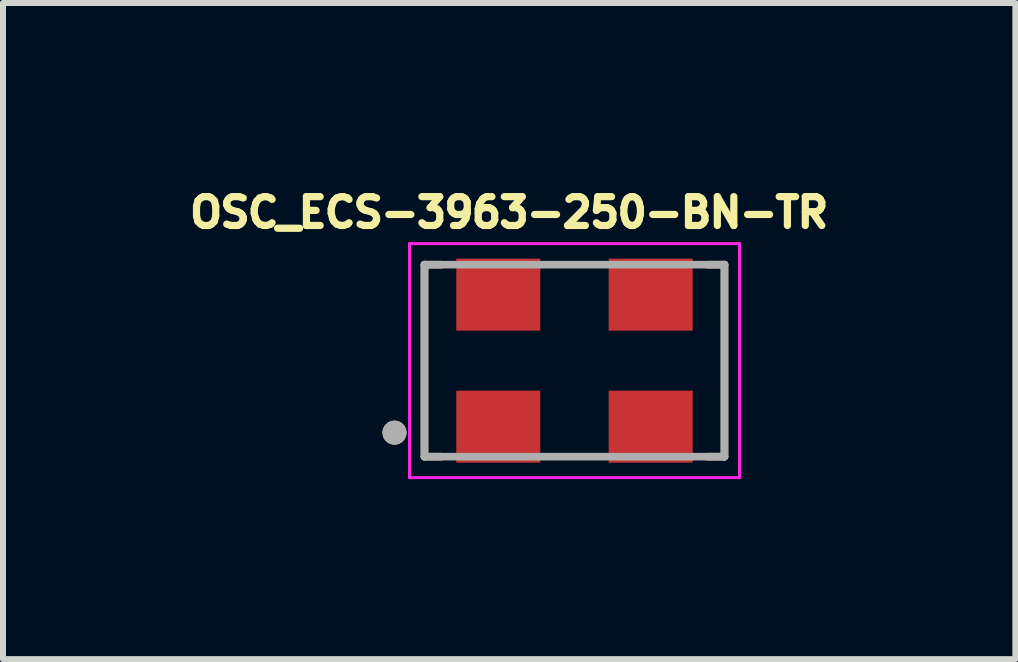
<source format=kicad_pcb>
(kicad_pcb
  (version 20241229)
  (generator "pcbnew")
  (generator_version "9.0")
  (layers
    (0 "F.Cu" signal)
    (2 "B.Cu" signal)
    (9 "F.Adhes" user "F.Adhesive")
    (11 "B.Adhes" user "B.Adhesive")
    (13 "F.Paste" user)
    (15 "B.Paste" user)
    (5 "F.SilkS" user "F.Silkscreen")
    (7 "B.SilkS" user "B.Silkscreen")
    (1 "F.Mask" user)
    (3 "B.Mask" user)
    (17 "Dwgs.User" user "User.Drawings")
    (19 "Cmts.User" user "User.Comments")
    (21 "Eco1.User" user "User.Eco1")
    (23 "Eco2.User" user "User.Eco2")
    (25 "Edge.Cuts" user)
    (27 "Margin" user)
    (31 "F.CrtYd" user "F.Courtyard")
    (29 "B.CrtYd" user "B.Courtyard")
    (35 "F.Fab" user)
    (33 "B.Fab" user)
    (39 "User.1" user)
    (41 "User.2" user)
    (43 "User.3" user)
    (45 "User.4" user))
  (footprint "OSC_ECS-3963-250-BN-TR"
    (layer "F.Cu")
    (at 6.525 2.961)
    (property "Reference" "OSC_ECS-3963-250-BN-TR" (at -1.089 -2.469 0) (layer "F.SilkS") (effects (font (size 0.481 0.481) (thickness 0.15))))
    (attr smd)
    (fp_line (start -2.5 1.6) (end -2.5 -1.6) (stroke (width 0.127) (type solid)) (layer "F.SilkS"))
    (fp_line (start -2.224 -1.6) (end -2.5 -1.6) (stroke (width 0.127) (type solid)) (layer "F.SilkS"))
    (fp_line (start -2.224 1.6) (end -2.5 1.6) (stroke (width 0.127) (type solid)) (layer "F.SilkS"))
    (fp_line (start 2.5 -1.6) (end 2.224 -1.6) (stroke (width 0.127) (type solid)) (layer "F.SilkS"))
    (fp_line (start 2.5 -1.6) (end 2.5 1.6) (stroke (width 0.127) (type solid)) (layer "F.SilkS"))
    (fp_line (start 2.5 1.6) (end 2.224 1.6) (stroke (width 0.127) (type solid)) (layer "F.SilkS"))
    (fp_circle (center -3 1.2) (end -2.9 1.2) (stroke (width 0.2) (type solid)) (fill no) (layer "F.SilkS"))
    (fp_line (start -2.75 -1.95) (end 2.75 -1.95) (stroke (width 0.05) (type solid)) (layer "F.CrtYd"))
    (fp_line (start -2.75 1.95) (end -2.75 -1.95) (stroke (width 0.05) (type solid)) (layer "F.CrtYd"))
    (fp_line (start 2.75 -1.95) (end 2.75 1.95) (stroke (width 0.05) (type solid)) (layer "F.CrtYd"))
    (fp_line (start 2.75 1.95) (end -2.75 1.95) (stroke (width 0.05) (type solid)) (layer "F.CrtYd"))
    (fp_line (start -2.5 -1.6) (end 2.5 -1.6) (stroke (width 0.127) (type solid)) (layer "F.Fab"))
    (fp_line (start -2.5 1.6) (end -2.5 -1.6) (stroke (width 0.127) (type solid)) (layer "F.Fab"))
    (fp_line (start 2.5 -1.6) (end 2.5 1.6) (stroke (width 0.127) (type solid)) (layer "F.Fab"))
    (fp_line (start 2.5 1.6) (end -2.5 1.6) (stroke (width 0.127) (type solid)) (layer "F.Fab"))
    (fp_circle (center -3 1.2) (end -2.9 1.2) (stroke (width 0.2) (type solid)) (fill no) (layer "F.Fab"))
    (pad "1" smd rect (at -1.27 1.1 180) (size 1.4 1.2) (layers "F.Cu" "F.Mask" "F.Paste"))
    (pad "2" smd rect (at 1.27 1.1 180) (size 1.4 1.2) (layers "F.Cu" "F.Mask" "F.Paste"))
    (pad "3" smd rect (at 1.27 -1.1 180) (size 1.4 1.2) (layers "F.Cu" "F.Mask" "F.Paste"))
    (pad "4" smd rect (at -1.27 -1.1 180) (size 1.4 1.2) (layers "F.Cu" "F.Mask" "F.Paste")))
  (gr_rect
    (start -3 -3)
    (end 13.873 7.936)
    (stroke (width 0.1) (type default))
    (fill no)
    (layer "Edge.Cuts")))
</source>
